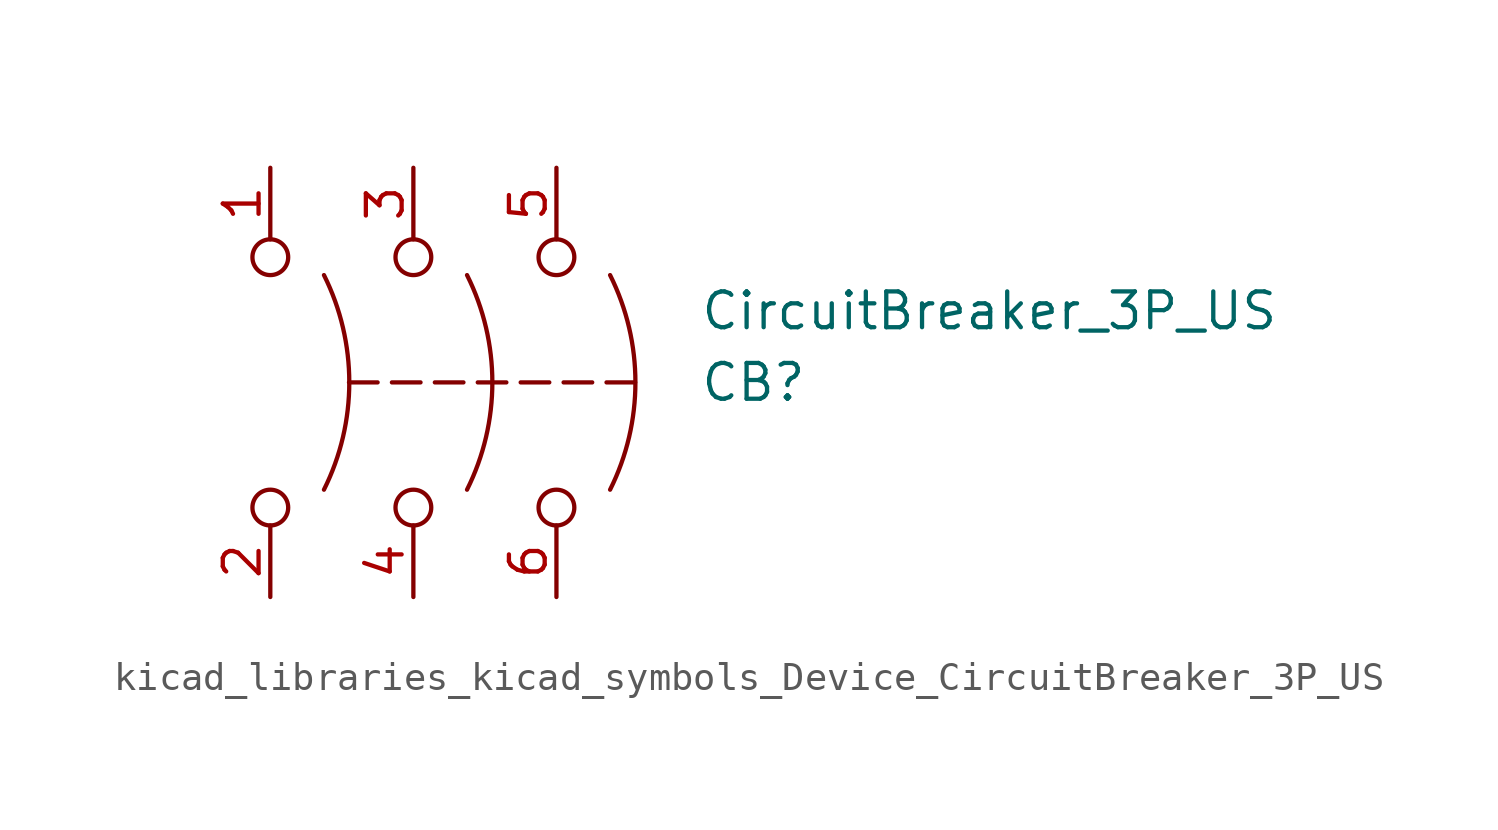
<source format=kicad_sym>
(kicad_symbol_lib
  (version 20220914)
  (generator kicad_symbol_editor)
  (symbol "kicad_libraries_kicad_symbols_Device_CircuitBreaker_3P_US"
    (property "Reference" "CB"
      (at 10.16 0 0)
      (effects (font (size 1.27 1.27)) (justify left)))
    (property "Value" "CircuitBreaker_3P_US"
      (at 10.16 2.54 0)
      (effects (font (size 1.27 1.27)) (justify left)))
    (symbol "kicad_libraries_kicad_symbols_Device_CircuitBreaker_3P_US_0_1"
      (circle (center 0 -4.445) (radius 0.635) (stroke (width 0) (type default)) (fill (type none)))
      (polyline (pts (xy -2.286 0) (xy -1.27 0)) (stroke (width 0) (type default)) (fill (type none)))
      (polyline (pts (xy -0.762 0) (xy 0.254 0)) (stroke (width 0) (type default)) (fill (type none)))
      (polyline (pts (xy 0.762 0) (xy 1.778 0)) (stroke (width 0) (type default)) (fill (type none)))
      (polyline (pts (xy 2.286 0) (xy 3.302 0)) (stroke (width 0) (type default)) (fill (type none)))
      (polyline (pts (xy 3.81 0) (xy 4.826 0)) (stroke (width 0) (type default)) (fill (type none)))
      (polyline (pts (xy 5.334 0) (xy 6.35 0)) (stroke (width 0) (type default)) (fill (type none)))
      (polyline (pts (xy 6.858 0) (xy 7.874 0)) (stroke (width 0) (type default)) (fill (type none)))
      (circle (center 0 4.445) (radius 0.635) (stroke (width 0) (type default)) (fill (type none)))
      (arc (start 1.905 -3.81) (mid 2.8044 0) (end 1.905 3.81) (stroke (width 0) (type default)) (fill (type none))))
    (symbol "kicad_libraries_kicad_symbols_Device_CircuitBreaker_3P_US_1_1"
      (circle (center -5.08 -4.445) (radius 0.635) (stroke (width 0) (type default)) (fill (type none)))
      (circle (center -5.08 4.445) (radius 0.635) (stroke (width 0) (type default)) (fill (type none)))
      (arc (start -3.175 -3.81) (mid -2.2756 0) (end -3.175 3.81) (stroke (width 0) (type default)) (fill (type none)))
      (circle (center 5.08 -4.445) (radius 0.635) (stroke (width 0) (type default)) (fill (type none)))
      (circle (center 5.08 4.445) (radius 0.635) (stroke (width 0) (type default)) (fill (type none)))
      (arc (start 6.985 -3.81) (mid 7.8844 0) (end 6.985 3.81) (stroke (width 0) (type default)) (fill (type none)))
      (pin passive line (at -5.08 7.62 270) (length 2.54) (name "~" (effects (font (size 1.27 1.27)))) (number "1" (effects (font (size 1.27 1.27)))))
      (pin passive line (at -5.08 -7.62 90) (length 2.54) (name "~" (effects (font (size 1.27 1.27)))) (number "2" (effects (font (size 1.27 1.27)))))
      (pin passive line (at 0 7.62 270) (length 2.54) (name "~" (effects (font (size 1.27 1.27)))) (number "3" (effects (font (size 1.27 1.27)))))
      (pin passive line (at 0 -7.62 90) (length 2.54) (name "~" (effects (font (size 1.27 1.27)))) (number "4" (effects (font (size 1.27 1.27)))))
      (pin passive line (at 5.08 7.62 270) (length 2.54) (name "~" (effects (font (size 1.27 1.27)))) (number "5" (effects (font (size 1.27 1.27)))))
      (pin passive line (at 5.08 -7.62 90) (length 2.54) (name "~" (effects (font (size 1.27 1.27)))) (number "6" (effects (font (size 1.27 1.27))))))))
</source>
